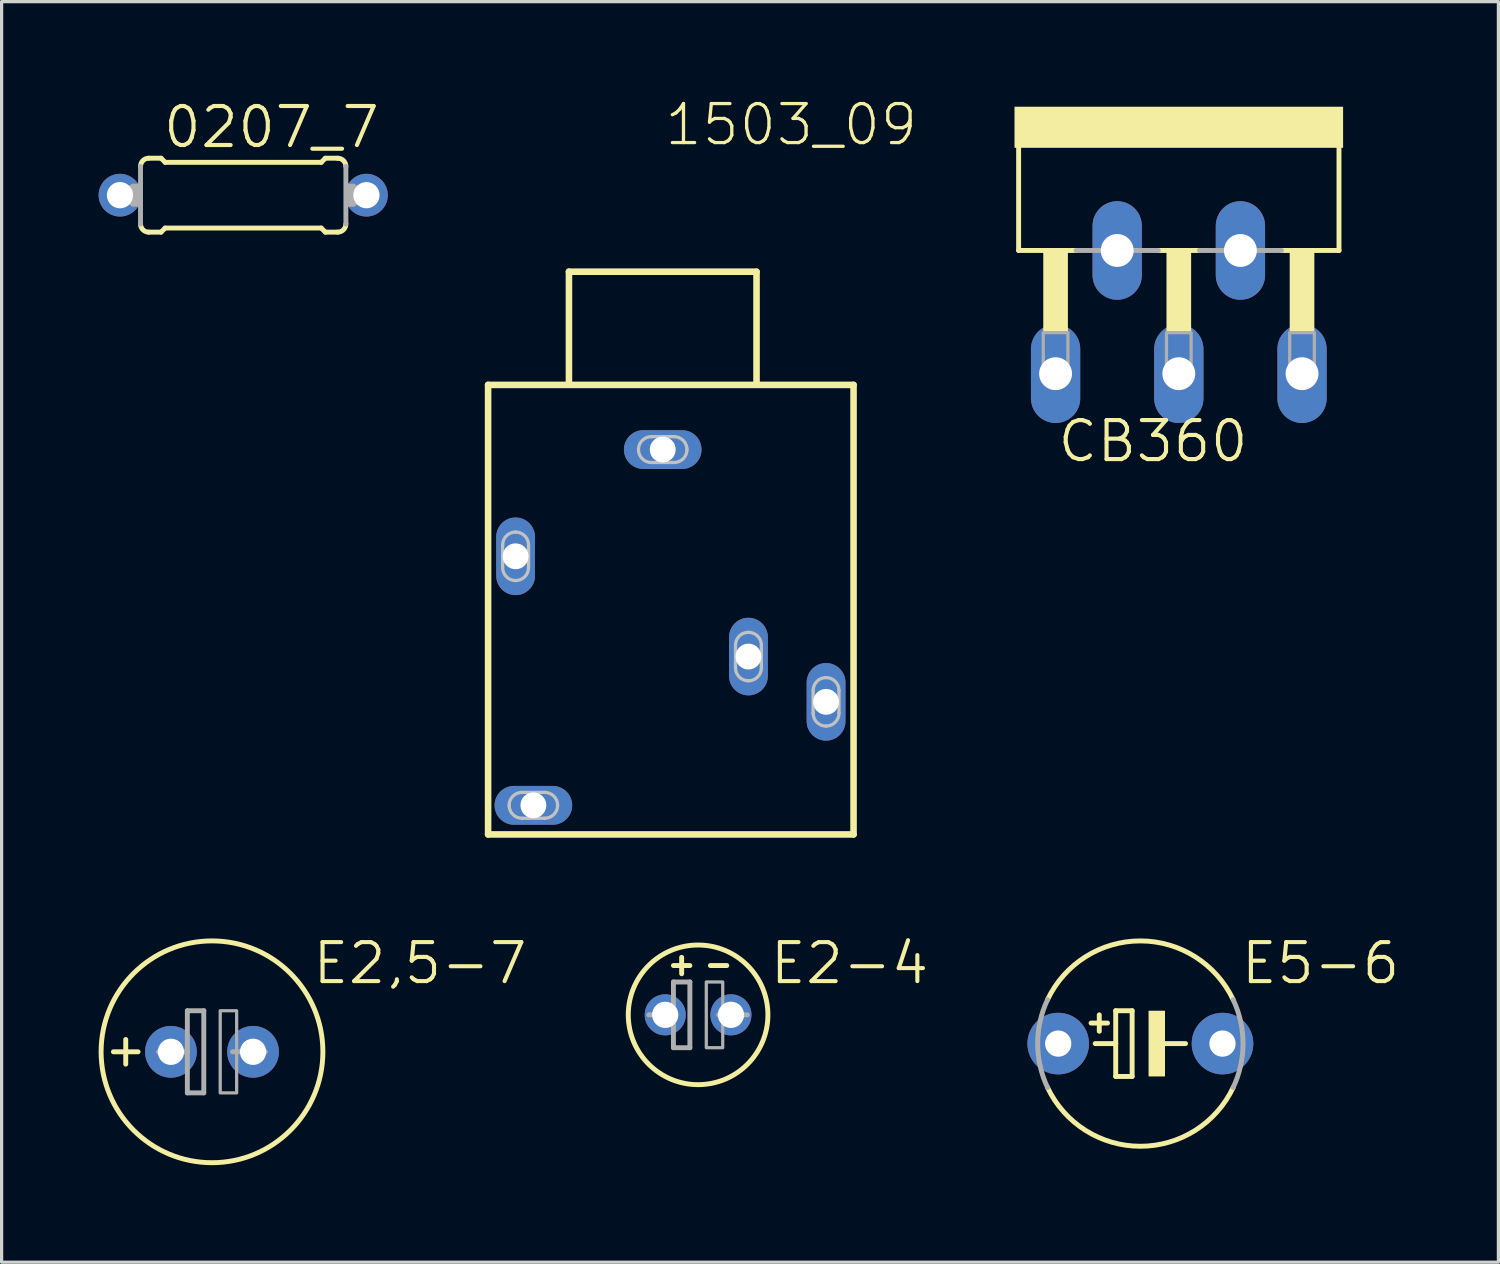
<source format=kicad_pcb>
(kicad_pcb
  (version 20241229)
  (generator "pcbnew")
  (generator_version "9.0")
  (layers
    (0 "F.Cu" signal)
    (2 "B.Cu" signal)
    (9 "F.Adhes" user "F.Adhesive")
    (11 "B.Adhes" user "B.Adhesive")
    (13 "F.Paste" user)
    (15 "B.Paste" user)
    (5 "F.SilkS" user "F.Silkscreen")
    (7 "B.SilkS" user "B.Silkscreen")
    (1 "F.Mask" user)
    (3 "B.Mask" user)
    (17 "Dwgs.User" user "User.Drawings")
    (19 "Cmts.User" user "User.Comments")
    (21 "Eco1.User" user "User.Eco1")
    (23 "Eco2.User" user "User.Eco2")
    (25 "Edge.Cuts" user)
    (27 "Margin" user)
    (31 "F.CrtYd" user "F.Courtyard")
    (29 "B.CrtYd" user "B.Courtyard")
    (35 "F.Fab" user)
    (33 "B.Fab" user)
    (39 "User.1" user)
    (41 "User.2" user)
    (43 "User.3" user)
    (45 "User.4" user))
  (footprint "E5-6"
    (layer "F.Cu")
    (at 32.21 29.218)
    (property "Reference" "E5-6" (at 3.048 -1.778 0) (layer "F.SilkS") (effects (font (size 1.206 1.206) (thickness 0.127)) (justify left bottom)))
    (attr through_hole)
    (fp_line (start -1.524 -0.635) (end -1.016 -0.635) (stroke (width 0.152) (type solid)) (layer "F.SilkS"))
    (fp_line (start -1.397 0) (end -0.762 0) (stroke (width 0.152) (type solid)) (layer "F.SilkS"))
    (fp_line (start -1.27 -0.381) (end -1.27 -0.889) (stroke (width 0.152) (type solid)) (layer "F.SilkS"))
    (fp_line (start -0.762 -1.016) (end -0.762 0) (stroke (width 0.152) (type solid)) (layer "F.SilkS"))
    (fp_line (start -0.762 0) (end -0.762 1.016) (stroke (width 0.152) (type solid)) (layer "F.SilkS"))
    (fp_line (start -0.762 1.016) (end -0.254 1.016) (stroke (width 0.152) (type solid)) (layer "F.SilkS"))
    (fp_line (start -0.254 -1.016) (end -0.762 -1.016) (stroke (width 0.152) (type solid)) (layer "F.SilkS"))
    (fp_line (start -0.254 1.016) (end -0.254 -1.016) (stroke (width 0.152) (type solid)) (layer "F.SilkS"))
    (fp_line (start 0.635 0) (end 1.397 0) (stroke (width 0.152) (type solid)) (layer "F.SilkS"))
    (fp_arc (start -2.8702 -1.3574) (mid 0 -3.174993) (end 2.8702 -1.3574) (stroke (width 0.1524) (type solid)) (layer "F.SilkS"))
    (fp_arc (start 2.8702 1.3574) (mid 0 3.174993) (end -2.8702 1.3574) (stroke (width 0.1524) (type solid)) (layer "F.SilkS"))
    (fp_poly (pts (xy 0.254 1.016) (xy 0.762 1.016) (xy 0.762 -1.016) (xy 0.254 -1.016)) (stroke (width 0) (type solid)) (fill yes) (layer "F.SilkS"))
    (fp_arc (start -2.8702 1.3574) (mid -3.174993 0) (end -2.8702 -1.3574) (stroke (width 0.1524) (type solid)) (layer "F.Fab"))
    (fp_arc (start 2.8702 -1.3574) (mid 3.174993 0) (end 2.8702 1.3574) (stroke (width 0.1524) (type solid)) (layer "F.Fab"))
    (pad "+" thru_hole circle (at -2.54 0) (size 1.905 1.905) (drill 0.813) (layers "*.Cu" "*.Mask"))
    (pad "-" thru_hole circle (at 2.54 0) (size 1.905 1.905) (drill 0.813) (layers "*.Cu" "*.Mask")))
  (footprint "1503_09"
    (layer "F.Cu")
    (at 17.442 8.751)
    (property "Reference" "1503_09" (at 0 -7.24 0) (layer "F.SilkS") (effects (font (size 1.206 1.206) (thickness 0.102)) (justify left bottom)))
    (attr through_hole)
    (fp_line (start -5.4 0.1) (end 5.9 0.1) (stroke (width 0.203) (type solid)) (layer "F.SilkS"))
    (fp_line (start -5.4 14) (end -5.4 0.1) (stroke (width 0.203) (type solid)) (layer "F.SilkS"))
    (fp_line (start -2.9 -3.4) (end 2.9 -3.4) (stroke (width 0.203) (type solid)) (layer "F.SilkS"))
    (fp_line (start -2.9 0) (end -2.9 -3.4) (stroke (width 0.203) (type solid)) (layer "F.SilkS"))
    (fp_line (start 2.9 -3.4) (end 2.9 0) (stroke (width 0.203) (type solid)) (layer "F.SilkS"))
    (fp_line (start 5.9 0.1) (end 5.9 14) (stroke (width 0.203) (type solid)) (layer "F.SilkS"))
    (fp_line (start 5.9 14) (end -5.4 14) (stroke (width 0.203) (type solid)) (layer "F.SilkS"))
    (fp_line (start -4.95 5.05) (end -4.95 5.75) (stroke (width 0.1) (type solid)) (layer "Dwgs.User"))
    (fp_line (start -4.35 13.5) (end -3.65 13.5) (stroke (width 0.1) (type solid)) (layer "Dwgs.User"))
    (fp_line (start -4.15 5.75) (end -4.15 5.05) (stroke (width 0.1) (type solid)) (layer "Dwgs.User"))
    (fp_line (start -3.65 12.7) (end -4.35 12.7) (stroke (width 0.1) (type solid)) (layer "Dwgs.User"))
    (fp_line (start -0.35 2.5) (end 0.35 2.5) (stroke (width 0.1) (type solid)) (layer "Dwgs.User"))
    (fp_line (start 0.35 1.7) (end -0.35 1.7) (stroke (width 0.1) (type solid)) (layer "Dwgs.User"))
    (fp_line (start 2.25 8.15) (end 2.25 8.85) (stroke (width 0.1) (type solid)) (layer "Dwgs.User"))
    (fp_line (start 3.05 8.85) (end 3.05 8.15) (stroke (width 0.1) (type solid)) (layer "Dwgs.User"))
    (fp_line (start 4.65 9.55) (end 4.65 10.25) (stroke (width 0.1) (type solid)) (layer "Dwgs.User"))
    (fp_line (start 5.45 10.25) (end 5.45 9.55) (stroke (width 0.1) (type solid)) (layer "Dwgs.User"))
    (fp_arc (start -4.95 5.05) (mid -4.832843 4.767157) (end -4.55 4.65) (stroke (width 0.1) (type solid)) (layer "Dwgs.User"))
    (fp_arc (start -4.75 13.1) (mid -4.632843 12.817157) (end -4.35 12.7) (stroke (width 0.1) (type solid)) (layer "Dwgs.User"))
    (fp_arc (start -4.55 4.65) (mid -4.267157 4.767157) (end -4.15 5.05) (stroke (width 0.1) (type solid)) (layer "Dwgs.User"))
    (fp_arc (start -4.55 6.15) (mid -4.832843 6.032843) (end -4.95 5.75) (stroke (width 0.1) (type solid)) (layer "Dwgs.User"))
    (fp_arc (start -4.35 13.5) (mid -4.632843 13.382843) (end -4.75 13.1) (stroke (width 0.1) (type solid)) (layer "Dwgs.User"))
    (fp_arc (start -4.15 5.75) (mid -4.267157 6.032843) (end -4.55 6.15) (stroke (width 0.1) (type solid)) (layer "Dwgs.User"))
    (fp_arc (start -3.65 12.7) (mid -3.367157 12.817157) (end -3.25 13.1) (stroke (width 0.1) (type solid)) (layer "Dwgs.User"))
    (fp_arc (start -3.25 13.1) (mid -3.367157 13.382843) (end -3.65 13.5) (stroke (width 0.1) (type solid)) (layer "Dwgs.User"))
    (fp_arc (start -0.749999 2.100001) (mid -0.632842 1.817158) (end -0.35 1.7) (stroke (width 0.1) (type solid)) (layer "Dwgs.User"))
    (fp_arc (start -0.349999 2.500001) (mid -0.632842 2.382843) (end -0.75 2.1) (stroke (width 0.1) (type solid)) (layer "Dwgs.User"))
    (fp_arc (start 0.349999 1.699999) (mid 0.632842 1.817157) (end 0.75 2.1) (stroke (width 0.1) (type solid)) (layer "Dwgs.User"))
    (fp_arc (start 0.749999 2.099999) (mid 0.632842 2.382842) (end 0.35 2.5) (stroke (width 0.1) (type solid)) (layer "Dwgs.User"))
    (fp_arc (start 2.25 8.15) (mid 2.367157 7.867157) (end 2.65 7.75) (stroke (width 0.1) (type solid)) (layer "Dwgs.User"))
    (fp_arc (start 2.65 7.75) (mid 2.932843 7.867157) (end 3.05 8.15) (stroke (width 0.1) (type solid)) (layer "Dwgs.User"))
    (fp_arc (start 2.65 9.25) (mid 2.367157 9.132843) (end 2.25 8.85) (stroke (width 0.1) (type solid)) (layer "Dwgs.User"))
    (fp_arc (start 3.05 8.85) (mid 2.932843 9.132843) (end 2.65 9.25) (stroke (width 0.1) (type solid)) (layer "Dwgs.User"))
    (fp_arc (start 4.65 9.55) (mid 4.767157 9.267157) (end 5.05 9.15) (stroke (width 0.1) (type solid)) (layer "Dwgs.User"))
    (fp_arc (start 5.05 9.15) (mid 5.332843 9.267157) (end 5.45 9.55) (stroke (width 0.1) (type solid)) (layer "Dwgs.User"))
    (fp_arc (start 5.05 10.65) (mid 4.767157 10.532843) (end 4.65 10.25) (stroke (width 0.1) (type solid)) (layer "Dwgs.User"))
    (fp_arc (start 5.45 10.25) (mid 5.332843 10.532843) (end 5.05 10.65) (stroke (width 0.1) (type solid)) (layer "Dwgs.User"))
    (pad "1" thru_hole oval (at 0 2.1 180) (size 2.4 1.2) (drill 0.8) (layers "*.Cu" "*.Mask"))
    (pad "2" thru_hole oval (at -4.55 5.4 90) (size 2.4 1.2) (drill 0.8) (layers "*.Cu" "*.Mask"))
    (pad "3" thru_hole oval (at 5.05 9.9 90) (size 2.4 1.2) (drill 0.8) (layers "*.Cu" "*.Mask"))
    (pad "4" thru_hole oval (at -4 13.1 180) (size 2.4 1.2) (drill 0.8) (layers "*.Cu" "*.Mask"))
    (pad "5" thru_hole oval (at 2.65 8.5 90) (size 2.4 1.2) (drill 0.8) (layers "*.Cu" "*.Mask")))
  (footprint "E2,5-7"
    (layer "F.Cu")
    (at 3.505 29.472)
    (property "Reference" "E2,5-7" (at 3.048 -2.032 0) (layer "F.SilkS") (effects (font (size 1.206 1.206) (thickness 0.127)) (justify left bottom)))
    (attr through_hole)
    (fp_line (start -3.048 0) (end -2.286 0) (stroke (width 0.152) (type solid)) (layer "F.SilkS"))
    (fp_line (start -2.667 0.381) (end -2.667 -0.381) (stroke (width 0.152) (type solid)) (layer "F.SilkS"))
    (fp_circle (center 0 0) (end 3.429 0) (stroke (width 0.152) (type solid)) (fill no) (layer "F.SilkS"))
    (fp_line (start -1.651 0) (end -0.762 0) (stroke (width 0.152) (type solid)) (layer "F.Fab"))
    (fp_line (start -0.762 -1.27) (end -0.762 0) (stroke (width 0.152) (type solid)) (layer "F.Fab"))
    (fp_line (start -0.762 0) (end -0.762 1.27) (stroke (width 0.152) (type solid)) (layer "F.Fab"))
    (fp_line (start -0.762 1.27) (end -0.254 1.27) (stroke (width 0.152) (type solid)) (layer "F.Fab"))
    (fp_line (start -0.254 -1.27) (end -0.762 -1.27) (stroke (width 0.152) (type solid)) (layer "F.Fab"))
    (fp_line (start -0.254 1.27) (end -0.254 -1.27) (stroke (width 0.152) (type solid)) (layer "F.Fab"))
    (fp_line (start 0.635 0) (end 1.651 0) (stroke (width 0.152) (type solid)) (layer "F.Fab"))
    (fp_poly (pts (xy 0.254 1.27) (xy 0.762 1.27) (xy 0.762 -1.27) (xy 0.254 -1.27)) (stroke (width 0.1) (type solid)) (fill no) (layer "F.Fab"))
    (pad "+" thru_hole circle (at -1.27 0) (size 1.6 1.6) (drill 0.813) (layers "*.Cu" "*.Mask"))
    (pad "-" thru_hole circle (at 1.27 0) (size 1.6 1.6) (drill 0.813) (layers "*.Cu" "*.Mask")))
  (footprint "0207_7"
    (layer "F.Cu")
    (at 4.47 2.985)
    (property "Reference" "0207_7" (at -2.54 -1.397 0) (layer "F.SilkS") (effects (font (size 1.206 1.206) (thickness 0.127)) (justify left bottom)))
    (attr through_hole)
    (fp_line (start -2.921 -1.143) (end -2.54 -1.143) (stroke (width 0.152) (type solid)) (layer "F.SilkS"))
    (fp_line (start -2.921 1.143) (end -2.54 1.143) (stroke (width 0.152) (type solid)) (layer "F.SilkS"))
    (fp_line (start -2.413 -1.016) (end -2.54 -1.143) (stroke (width 0.152) (type solid)) (layer "F.SilkS"))
    (fp_line (start -2.413 1.016) (end -2.54 1.143) (stroke (width 0.152) (type solid)) (layer "F.SilkS"))
    (fp_line (start 2.413 -1.016) (end -2.413 -1.016) (stroke (width 0.152) (type solid)) (layer "F.SilkS"))
    (fp_line (start 2.413 -1.016) (end 2.54 -1.143) (stroke (width 0.152) (type solid)) (layer "F.SilkS"))
    (fp_line (start 2.413 1.016) (end -2.413 1.016) (stroke (width 0.152) (type solid)) (layer "F.SilkS"))
    (fp_line (start 2.413 1.016) (end 2.54 1.143) (stroke (width 0.152) (type solid)) (layer "F.SilkS"))
    (fp_line (start 2.921 -1.143) (end 2.54 -1.143) (stroke (width 0.152) (type solid)) (layer "F.SilkS"))
    (fp_line (start 2.921 1.143) (end 2.54 1.143) (stroke (width 0.152) (type solid)) (layer "F.SilkS"))
    (fp_arc (start -3.175 -0.889) (mid -3.100605 -1.068605) (end -2.921 -1.143) (stroke (width 0.1524) (type solid)) (layer "F.SilkS"))
    (fp_arc (start -2.921 1.143) (mid -3.100605 1.068605) (end -3.175 0.889) (stroke (width 0.1524) (type solid)) (layer "F.SilkS"))
    (fp_arc (start 2.921 -1.143) (mid 3.100605 -1.068605) (end 3.175 -0.889) (stroke (width 0.1524) (type solid)) (layer "F.SilkS"))
    (fp_arc (start 3.175 0.889) (mid 3.100605 1.068605) (end 2.921 1.143) (stroke (width 0.1524) (type solid)) (layer "F.SilkS"))
    (fp_line (start -3.81 0) (end -3.429 0) (stroke (width 0.61) (type solid)) (layer "F.Fab"))
    (fp_line (start -3.175 0.889) (end -3.175 -0.889) (stroke (width 0.152) (type solid)) (layer "F.Fab"))
    (fp_line (start 3.175 0.889) (end 3.175 -0.889) (stroke (width 0.152) (type solid)) (layer "F.Fab"))
    (fp_line (start 3.429 0) (end 3.81 0) (stroke (width 0.61) (type solid)) (layer "F.Fab"))
    (fp_poly (pts (xy -3.429 0.305) (xy -3.175 0.305) (xy -3.175 -0.305) (xy -3.429 -0.305)) (stroke (width 0.1) (type solid)) (fill no) (layer "F.Fab"))
    (fp_poly (pts (xy 3.175 0.305) (xy 3.429 0.305) (xy 3.429 -0.305) (xy 3.175 -0.305)) (stroke (width 0.1) (type solid)) (fill no) (layer "F.Fab"))
    (pad "1" thru_hole circle (at -3.81 0) (size 1.321 1.321) (drill 0.813) (layers "*.Cu" "*.Mask"))
    (pad "2" thru_hole circle (at 3.81 0) (size 1.321 1.321) (drill 0.813) (layers "*.Cu" "*.Mask")))
  (footprint "E2-4"
    (layer "F.Cu")
    (at 18.535 28.329)
    (property "Reference" "E2-4" (at 2.159 -0.889 0) (layer "F.SilkS") (effects (font (size 1.206 1.206) (thickness 0.127)) (justify left bottom)))
    (attr through_hole)
    (fp_line (start -0.762 -1.524) (end -0.254 -1.524) (stroke (width 0.152) (type solid)) (layer "F.SilkS"))
    (fp_line (start -0.508 -1.27) (end -0.508 -1.778) (stroke (width 0.152) (type solid)) (layer "F.SilkS"))
    (fp_line (start 0.381 -1.524) (end 0.889 -1.524) (stroke (width 0.152) (type solid)) (layer "F.SilkS"))
    (fp_circle (center 0 0) (end 2.159 0) (stroke (width 0.152) (type solid)) (fill no) (layer "F.SilkS"))
    (fp_line (start -1.524 0) (end -0.762 0) (stroke (width 0.152) (type solid)) (layer "F.Fab"))
    (fp_line (start -0.762 -1.016) (end -0.762 0) (stroke (width 0.152) (type solid)) (layer "F.Fab"))
    (fp_line (start -0.762 0) (end -0.762 1.016) (stroke (width 0.152) (type solid)) (layer "F.Fab"))
    (fp_line (start -0.762 1.016) (end -0.254 1.016) (stroke (width 0.152) (type solid)) (layer "F.Fab"))
    (fp_line (start -0.254 -1.016) (end -0.762 -1.016) (stroke (width 0.152) (type solid)) (layer "F.Fab"))
    (fp_line (start -0.254 1.016) (end -0.254 -1.016) (stroke (width 0.152) (type solid)) (layer "F.Fab"))
    (fp_line (start 0.635 0) (end 1.524 0) (stroke (width 0.152) (type solid)) (layer "F.Fab"))
    (fp_poly (pts (xy 0.254 1.016) (xy 0.762 1.016) (xy 0.762 -1.016) (xy 0.254 -1.016)) (stroke (width 0.1) (type solid)) (fill no) (layer "F.Fab"))
    (pad "+" thru_hole circle (at -1.016 0) (size 1.27 1.27) (drill 0.813) (layers "*.Cu" "*.Mask"))
    (pad "-" thru_hole circle (at 1.016 0) (size 1.27 1.27) (drill 0.813) (layers "*.Cu" "*.Mask")))
  (footprint "CB360"
    (layer "F.Cu")
    (at 33.399 0.25)
    (property "Reference" "CB360" (at -3.81 11.049 0) (layer "F.SilkS") (effects (font (size 1.206 1.206) (thickness 0.127)) (justify left bottom)))
    (attr through_hole)
    (fp_line (start -4.953 1.27) (end -4.953 4.445) (stroke (width 0.152) (type solid)) (layer "F.SilkS"))
    (fp_line (start -4.953 4.445) (end -3.175 4.445) (stroke (width 0.152) (type solid)) (layer "F.SilkS"))
    (fp_line (start -0.635 4.445) (end 0.635 4.445) (stroke (width 0.152) (type solid)) (layer "F.SilkS"))
    (fp_line (start 3.175 4.445) (end 4.953 4.445) (stroke (width 0.152) (type solid)) (layer "F.SilkS"))
    (fp_line (start 4.953 4.445) (end 4.953 1.27) (stroke (width 0.152) (type solid)) (layer "F.SilkS"))
    (fp_poly (pts (xy -5.08 1.27) (xy 5.08 1.27) (xy 5.08 0) (xy -5.08 0)) (stroke (width 0) (type solid)) (fill yes) (layer "F.SilkS"))
    (fp_poly (pts (xy -4.191 6.985) (xy -3.429 6.985) (xy -3.429 4.445) (xy -4.191 4.445)) (stroke (width 0) (type solid)) (fill yes) (layer "F.SilkS"))
    (fp_poly (pts (xy -0.381 6.985) (xy 0.381 6.985) (xy 0.381 4.445) (xy -0.381 4.445)) (stroke (width 0) (type solid)) (fill yes) (layer "F.SilkS"))
    (fp_poly (pts (xy 3.429 6.985) (xy 4.191 6.985) (xy 4.191 4.445) (xy 3.429 4.445)) (stroke (width 0) (type solid)) (fill yes) (layer "F.SilkS"))
    (fp_line (start -3.175 4.445) (end -0.635 4.445) (stroke (width 0.152) (type solid)) (layer "F.Fab"))
    (fp_line (start 0.635 4.445) (end 3.175 4.445) (stroke (width 0.152) (type solid)) (layer "F.Fab"))
    (fp_poly (pts (xy -4.191 8.382) (xy -3.429 8.382) (xy -3.429 6.985) (xy -4.191 6.985)) (stroke (width 0.1) (type solid)) (fill no) (layer "F.Fab"))
    (fp_poly (pts (xy -0.381 8.382) (xy 0.381 8.382) (xy 0.381 6.985) (xy -0.381 6.985)) (stroke (width 0.1) (type solid)) (fill no) (layer "F.Fab"))
    (fp_poly (pts (xy 3.429 8.382) (xy 4.191 8.382) (xy 4.191 6.985) (xy 3.429 6.985)) (stroke (width 0.1) (type solid)) (fill no) (layer "F.Fab"))
    (pad "1" thru_hole oval (at -3.81 8.255 90) (size 3.048 1.524) (drill 1.016) (layers "*.Cu" "*.Mask"))
    (pad "2" thru_hole oval (at -1.905 4.445 90) (size 3.048 1.524) (drill 1.016) (layers "*.Cu" "*.Mask"))
    (pad "3" thru_hole oval (at 0 8.255 90) (size 3.048 1.524) (drill 1.016) (layers "*.Cu" "*.Mask"))
    (pad "4" thru_hole oval (at 1.905 4.445 90) (size 3.048 1.524) (drill 1.016) (layers "*.Cu" "*.Mask"))
    (pad "5" thru_hole oval (at 3.81 8.255 90) (size 3.048 1.524) (drill 1.016) (layers "*.Cu" "*.Mask")))
  (gr_rect
    (start -3 -3)
    (end 43.281 35.978)
    (stroke (width 0.1) (type default))
    (fill no)
    (layer "Edge.Cuts")))
</source>
